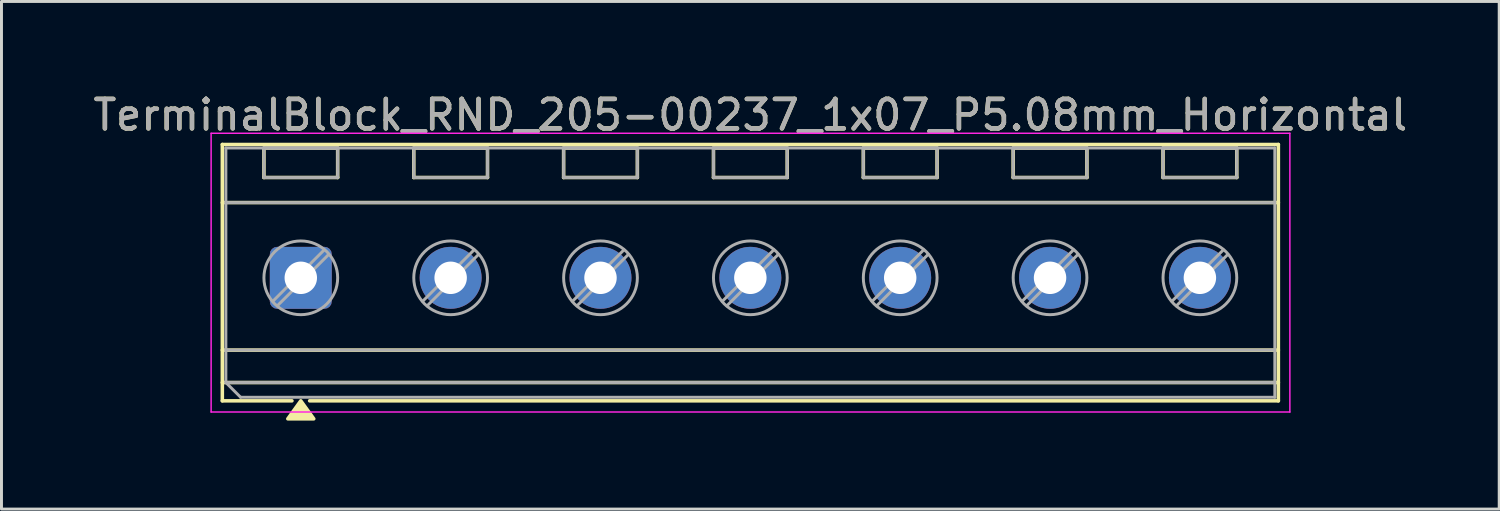
<source format=kicad_pcb>
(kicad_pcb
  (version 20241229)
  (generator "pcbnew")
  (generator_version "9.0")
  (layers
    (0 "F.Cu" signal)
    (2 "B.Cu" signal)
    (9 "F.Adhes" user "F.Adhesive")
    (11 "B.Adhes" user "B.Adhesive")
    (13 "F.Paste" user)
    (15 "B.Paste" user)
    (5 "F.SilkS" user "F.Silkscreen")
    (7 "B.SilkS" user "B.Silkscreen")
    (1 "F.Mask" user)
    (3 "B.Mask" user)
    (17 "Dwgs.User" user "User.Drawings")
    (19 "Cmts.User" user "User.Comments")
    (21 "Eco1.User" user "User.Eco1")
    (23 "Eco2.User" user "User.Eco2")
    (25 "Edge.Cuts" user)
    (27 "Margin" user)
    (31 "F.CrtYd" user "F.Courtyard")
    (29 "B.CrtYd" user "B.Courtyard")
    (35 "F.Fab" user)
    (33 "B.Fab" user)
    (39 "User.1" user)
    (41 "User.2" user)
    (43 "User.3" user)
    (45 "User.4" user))
  (footprint "TerminalBlock_RND_205-00237_1x07_P5.08mm_Horizontal"
    (layer "F.Cu")
    (at 7.147 6.368)
    (property "Reference" "TerminalBlock_RND_205-00237_1x07_P5.08mm_Horizontal" (at 15.24 -5.52 0) (layer "F.SilkS") (effects (font (size 1 1) (thickness 0.15))))
    (attr through_hole)
    (fp_line (start -2.66 -4.52) (end 33.14 -4.52) (stroke (width 0.12) (type solid)) (layer "F.SilkS"))
    (fp_line (start -2.66 -2.55) (end 33.14 -2.55) (stroke (width 0.12) (type solid)) (layer "F.SilkS"))
    (fp_line (start -2.66 2.45) (end 33.14 2.45) (stroke (width 0.12) (type solid)) (layer "F.SilkS"))
    (fp_line (start -2.66 3.55) (end 33.14 3.55) (stroke (width 0.12) (type solid)) (layer "F.SilkS"))
    (fp_line (start -2.66 4.17) (end -2.66 -4.52) (stroke (width 0.12) (type solid)) (layer "F.SilkS"))
    (fp_line (start -1.25 -4.4) (end 1.25 -4.4) (stroke (width 0.12) (type solid)) (layer "F.SilkS"))
    (fp_line (start -1.25 -3.4) (end -1.25 -4.4) (stroke (width 0.12) (type solid)) (layer "F.SilkS"))
    (fp_line (start -0.3 4.17) (end -2.66 4.17) (stroke (width 0.12) (type solid)) (layer "F.SilkS"))
    (fp_line (start 1.25 -4.4) (end 1.25 -3.4) (stroke (width 0.12) (type solid)) (layer "F.SilkS"))
    (fp_line (start 1.25 -3.4) (end -1.25 -3.4) (stroke (width 0.12) (type solid)) (layer "F.SilkS"))
    (fp_line (start 3.83 -4.4) (end 6.33 -4.4) (stroke (width 0.12) (type solid)) (layer "F.SilkS"))
    (fp_line (start 3.83 -3.4) (end 3.83 -4.4) (stroke (width 0.12) (type solid)) (layer "F.SilkS"))
    (fp_line (start 6.33 -4.4) (end 6.33 -3.4) (stroke (width 0.12) (type solid)) (layer "F.SilkS"))
    (fp_line (start 6.33 -3.4) (end 3.83 -3.4) (stroke (width 0.12) (type solid)) (layer "F.SilkS"))
    (fp_line (start 8.91 -4.4) (end 11.41 -4.4) (stroke (width 0.12) (type solid)) (layer "F.SilkS"))
    (fp_line (start 8.91 -3.4) (end 8.91 -4.4) (stroke (width 0.12) (type solid)) (layer "F.SilkS"))
    (fp_line (start 11.41 -4.4) (end 11.41 -3.4) (stroke (width 0.12) (type solid)) (layer "F.SilkS"))
    (fp_line (start 11.41 -3.4) (end 8.91 -3.4) (stroke (width 0.12) (type solid)) (layer "F.SilkS"))
    (fp_line (start 13.99 -4.4) (end 16.49 -4.4) (stroke (width 0.12) (type solid)) (layer "F.SilkS"))
    (fp_line (start 13.99 -3.4) (end 13.99 -4.4) (stroke (width 0.12) (type solid)) (layer "F.SilkS"))
    (fp_line (start 16.49 -4.4) (end 16.49 -3.4) (stroke (width 0.12) (type solid)) (layer "F.SilkS"))
    (fp_line (start 16.49 -3.4) (end 13.99 -3.4) (stroke (width 0.12) (type solid)) (layer "F.SilkS"))
    (fp_line (start 19.07 -4.4) (end 21.57 -4.4) (stroke (width 0.12) (type solid)) (layer "F.SilkS"))
    (fp_line (start 19.07 -3.4) (end 19.07 -4.4) (stroke (width 0.12) (type solid)) (layer "F.SilkS"))
    (fp_line (start 21.57 -4.4) (end 21.57 -3.4) (stroke (width 0.12) (type solid)) (layer "F.SilkS"))
    (fp_line (start 21.57 -3.4) (end 19.07 -3.4) (stroke (width 0.12) (type solid)) (layer "F.SilkS"))
    (fp_line (start 24.15 -4.4) (end 26.65 -4.4) (stroke (width 0.12) (type solid)) (layer "F.SilkS"))
    (fp_line (start 24.15 -3.4) (end 24.15 -4.4) (stroke (width 0.12) (type solid)) (layer "F.SilkS"))
    (fp_line (start 26.65 -4.4) (end 26.65 -3.4) (stroke (width 0.12) (type solid)) (layer "F.SilkS"))
    (fp_line (start 26.65 -3.4) (end 24.15 -3.4) (stroke (width 0.12) (type solid)) (layer "F.SilkS"))
    (fp_line (start 29.23 -4.4) (end 31.73 -4.4) (stroke (width 0.12) (type solid)) (layer "F.SilkS"))
    (fp_line (start 29.23 -3.4) (end 29.23 -4.4) (stroke (width 0.12) (type solid)) (layer "F.SilkS"))
    (fp_line (start 31.73 -4.4) (end 31.73 -3.4) (stroke (width 0.12) (type solid)) (layer "F.SilkS"))
    (fp_line (start 31.73 -3.4) (end 29.23 -3.4) (stroke (width 0.12) (type solid)) (layer "F.SilkS"))
    (fp_line (start 33.14 -4.52) (end 33.14 4.17) (stroke (width 0.12) (type solid)) (layer "F.SilkS"))
    (fp_line (start 33.14 4.17) (end 0.3 4.17) (stroke (width 0.12) (type solid)) (layer "F.SilkS"))
    (fp_poly (pts (xy 0 4.17) (xy 0.44 4.78) (xy -0.44 4.78)) (stroke (width 0.12) (type solid)) (fill yes) (layer "F.SilkS"))
    (fp_line (start -3.04 -4.9) (end -3.04 4.55) (stroke (width 0.05) (type solid)) (layer "F.CrtYd"))
    (fp_line (start -3.04 4.55) (end 33.53 4.55) (stroke (width 0.05) (type solid)) (layer "F.CrtYd"))
    (fp_line (start 33.53 -4.9) (end -3.04 -4.9) (stroke (width 0.05) (type solid)) (layer "F.CrtYd"))
    (fp_line (start 33.53 4.55) (end 33.53 -4.9) (stroke (width 0.05) (type solid)) (layer "F.CrtYd"))
    (fp_line (start -2.54 -4.4) (end 33.02 -4.4) (stroke (width 0.1) (type solid)) (layer "F.Fab"))
    (fp_line (start -2.54 -2.55) (end 33.02 -2.55) (stroke (width 0.1) (type solid)) (layer "F.Fab"))
    (fp_line (start -2.54 2.45) (end 33.02 2.45) (stroke (width 0.1) (type solid)) (layer "F.Fab"))
    (fp_line (start -2.54 3.55) (end -2.54 -4.4) (stroke (width 0.1) (type solid)) (layer "F.Fab"))
    (fp_line (start -2.54 3.55) (end 33.02 3.55) (stroke (width 0.1) (type solid)) (layer "F.Fab"))
    (fp_line (start -2.04 4.05) (end -2.54 3.55) (stroke (width 0.1) (type solid)) (layer "F.Fab"))
    (fp_line (start -1.25 -4.4) (end -1.25 -3.4) (stroke (width 0.1) (type solid)) (layer "F.Fab"))
    (fp_line (start -1.25 -3.4) (end 1.25 -3.4) (stroke (width 0.1) (type solid)) (layer "F.Fab"))
    (fp_line (start 0.795 -0.948) (end -0.948 0.795) (stroke (width 0.1) (type solid)) (layer "F.Fab"))
    (fp_line (start 0.948 -0.795) (end -0.795 0.948) (stroke (width 0.1) (type solid)) (layer "F.Fab"))
    (fp_line (start 1.25 -4.4) (end -1.25 -4.4) (stroke (width 0.1) (type solid)) (layer "F.Fab"))
    (fp_line (start 1.25 -3.4) (end 1.25 -4.4) (stroke (width 0.1) (type solid)) (layer "F.Fab"))
    (fp_line (start 3.83 -4.4) (end 3.83 -3.4) (stroke (width 0.1) (type solid)) (layer "F.Fab"))
    (fp_line (start 3.83 -3.4) (end 6.33 -3.4) (stroke (width 0.1) (type solid)) (layer "F.Fab"))
    (fp_line (start 5.875 -0.948) (end 4.132 0.795) (stroke (width 0.1) (type solid)) (layer "F.Fab"))
    (fp_line (start 6.028 -0.795) (end 4.285 0.948) (stroke (width 0.1) (type solid)) (layer "F.Fab"))
    (fp_line (start 6.33 -4.4) (end 3.83 -4.4) (stroke (width 0.1) (type solid)) (layer "F.Fab"))
    (fp_line (start 6.33 -3.4) (end 6.33 -4.4) (stroke (width 0.1) (type solid)) (layer "F.Fab"))
    (fp_line (start 8.91 -4.4) (end 8.91 -3.4) (stroke (width 0.1) (type solid)) (layer "F.Fab"))
    (fp_line (start 8.91 -3.4) (end 11.41 -3.4) (stroke (width 0.1) (type solid)) (layer "F.Fab"))
    (fp_line (start 10.955 -0.948) (end 9.212 0.795) (stroke (width 0.1) (type solid)) (layer "F.Fab"))
    (fp_line (start 11.108 -0.795) (end 9.365 0.948) (stroke (width 0.1) (type solid)) (layer "F.Fab"))
    (fp_line (start 11.41 -4.4) (end 8.91 -4.4) (stroke (width 0.1) (type solid)) (layer "F.Fab"))
    (fp_line (start 11.41 -3.4) (end 11.41 -4.4) (stroke (width 0.1) (type solid)) (layer "F.Fab"))
    (fp_line (start 13.99 -4.4) (end 13.99 -3.4) (stroke (width 0.1) (type solid)) (layer "F.Fab"))
    (fp_line (start 13.99 -3.4) (end 16.49 -3.4) (stroke (width 0.1) (type solid)) (layer "F.Fab"))
    (fp_line (start 16.035 -0.948) (end 14.292 0.795) (stroke (width 0.1) (type solid)) (layer "F.Fab"))
    (fp_line (start 16.188 -0.795) (end 14.445 0.948) (stroke (width 0.1) (type solid)) (layer "F.Fab"))
    (fp_line (start 16.49 -4.4) (end 13.99 -4.4) (stroke (width 0.1) (type solid)) (layer "F.Fab"))
    (fp_line (start 16.49 -3.4) (end 16.49 -4.4) (stroke (width 0.1) (type solid)) (layer "F.Fab"))
    (fp_line (start 19.07 -4.4) (end 19.07 -3.4) (stroke (width 0.1) (type solid)) (layer "F.Fab"))
    (fp_line (start 19.07 -3.4) (end 21.57 -3.4) (stroke (width 0.1) (type solid)) (layer "F.Fab"))
    (fp_line (start 21.115 -0.948) (end 19.372 0.795) (stroke (width 0.1) (type solid)) (layer "F.Fab"))
    (fp_line (start 21.268 -0.795) (end 19.525 0.948) (stroke (width 0.1) (type solid)) (layer "F.Fab"))
    (fp_line (start 21.57 -4.4) (end 19.07 -4.4) (stroke (width 0.1) (type solid)) (layer "F.Fab"))
    (fp_line (start 21.57 -3.4) (end 21.57 -4.4) (stroke (width 0.1) (type solid)) (layer "F.Fab"))
    (fp_line (start 24.15 -4.4) (end 24.15 -3.4) (stroke (width 0.1) (type solid)) (layer "F.Fab"))
    (fp_line (start 24.15 -3.4) (end 26.65 -3.4) (stroke (width 0.1) (type solid)) (layer "F.Fab"))
    (fp_line (start 26.195 -0.948) (end 24.452 0.795) (stroke (width 0.1) (type solid)) (layer "F.Fab"))
    (fp_line (start 26.348 -0.795) (end 24.605 0.948) (stroke (width 0.1) (type solid)) (layer "F.Fab"))
    (fp_line (start 26.65 -4.4) (end 24.15 -4.4) (stroke (width 0.1) (type solid)) (layer "F.Fab"))
    (fp_line (start 26.65 -3.4) (end 26.65 -4.4) (stroke (width 0.1) (type solid)) (layer "F.Fab"))
    (fp_line (start 29.23 -4.4) (end 29.23 -3.4) (stroke (width 0.1) (type solid)) (layer "F.Fab"))
    (fp_line (start 29.23 -3.4) (end 31.73 -3.4) (stroke (width 0.1) (type solid)) (layer "F.Fab"))
    (fp_line (start 31.275 -0.948) (end 29.532 0.795) (stroke (width 0.1) (type solid)) (layer "F.Fab"))
    (fp_line (start 31.428 -0.795) (end 29.685 0.948) (stroke (width 0.1) (type solid)) (layer "F.Fab"))
    (fp_line (start 31.73 -4.4) (end 29.23 -4.4) (stroke (width 0.1) (type solid)) (layer "F.Fab"))
    (fp_line (start 31.73 -3.4) (end 31.73 -4.4) (stroke (width 0.1) (type solid)) (layer "F.Fab"))
    (fp_line (start 33.02 -4.4) (end 33.02 4.05) (stroke (width 0.1) (type solid)) (layer "F.Fab"))
    (fp_line (start 33.02 4.05) (end -2.04 4.05) (stroke (width 0.1) (type solid)) (layer "F.Fab"))
    (fp_circle (center 0 0) (end 1.25 0) (stroke (width 0.1) (type solid)) (fill no) (layer "F.Fab"))
    (fp_circle (center 5.08 0) (end 6.33 0) (stroke (width 0.1) (type solid)) (fill no) (layer "F.Fab"))
    (fp_circle (center 10.16 0) (end 11.41 0) (stroke (width 0.1) (type solid)) (fill no) (layer "F.Fab"))
    (fp_circle (center 15.24 0) (end 16.49 0) (stroke (width 0.1) (type solid)) (fill no) (layer "F.Fab"))
    (fp_circle (center 20.32 0) (end 21.57 0) (stroke (width 0.1) (type solid)) (fill no) (layer "F.Fab"))
    (fp_circle (center 25.4 0) (end 26.65 0) (stroke (width 0.1) (type solid)) (fill no) (layer "F.Fab"))
    (fp_circle (center 30.48 0) (end 31.73 0) (stroke (width 0.1) (type solid)) (fill no) (layer "F.Fab"))
    (fp_text user "${REFERENCE}" (at 15.24 -5.52 0) (layer "F.Fab") (effects (font (size 1 1) (thickness 0.15))))
    (pad "1" thru_hole roundrect (at 0 0) (size 2.1 2.1) (drill 1.1) (layers "*.Cu" "*.Mask") (roundrect_rratio 0.119))
    (pad "2" thru_hole circle (at 5.08 0) (size 2.1 2.1) (drill 1.1) (layers "*.Cu" "*.Mask"))
    (pad "3" thru_hole circle (at 10.16 0) (size 2.1 2.1) (drill 1.1) (layers "*.Cu" "*.Mask"))
    (pad "4" thru_hole circle (at 15.24 0) (size 2.1 2.1) (drill 1.1) (layers "*.Cu" "*.Mask"))
    (pad "5" thru_hole circle (at 20.32 0) (size 2.1 2.1) (drill 1.1) (layers "*.Cu" "*.Mask"))
    (pad "6" thru_hole circle (at 25.4 0) (size 2.1 2.1) (drill 1.1) (layers "*.Cu" "*.Mask"))
    (pad "7" thru_hole circle (at 30.48 0) (size 2.1 2.1) (drill 1.1) (layers "*.Cu" "*.Mask")))
  (gr_rect
    (start -3 -3)
    (end 47.774 14.208)
    (stroke (width 0.1) (type default))
    (fill no)
    (layer "Edge.Cuts")))
</source>
